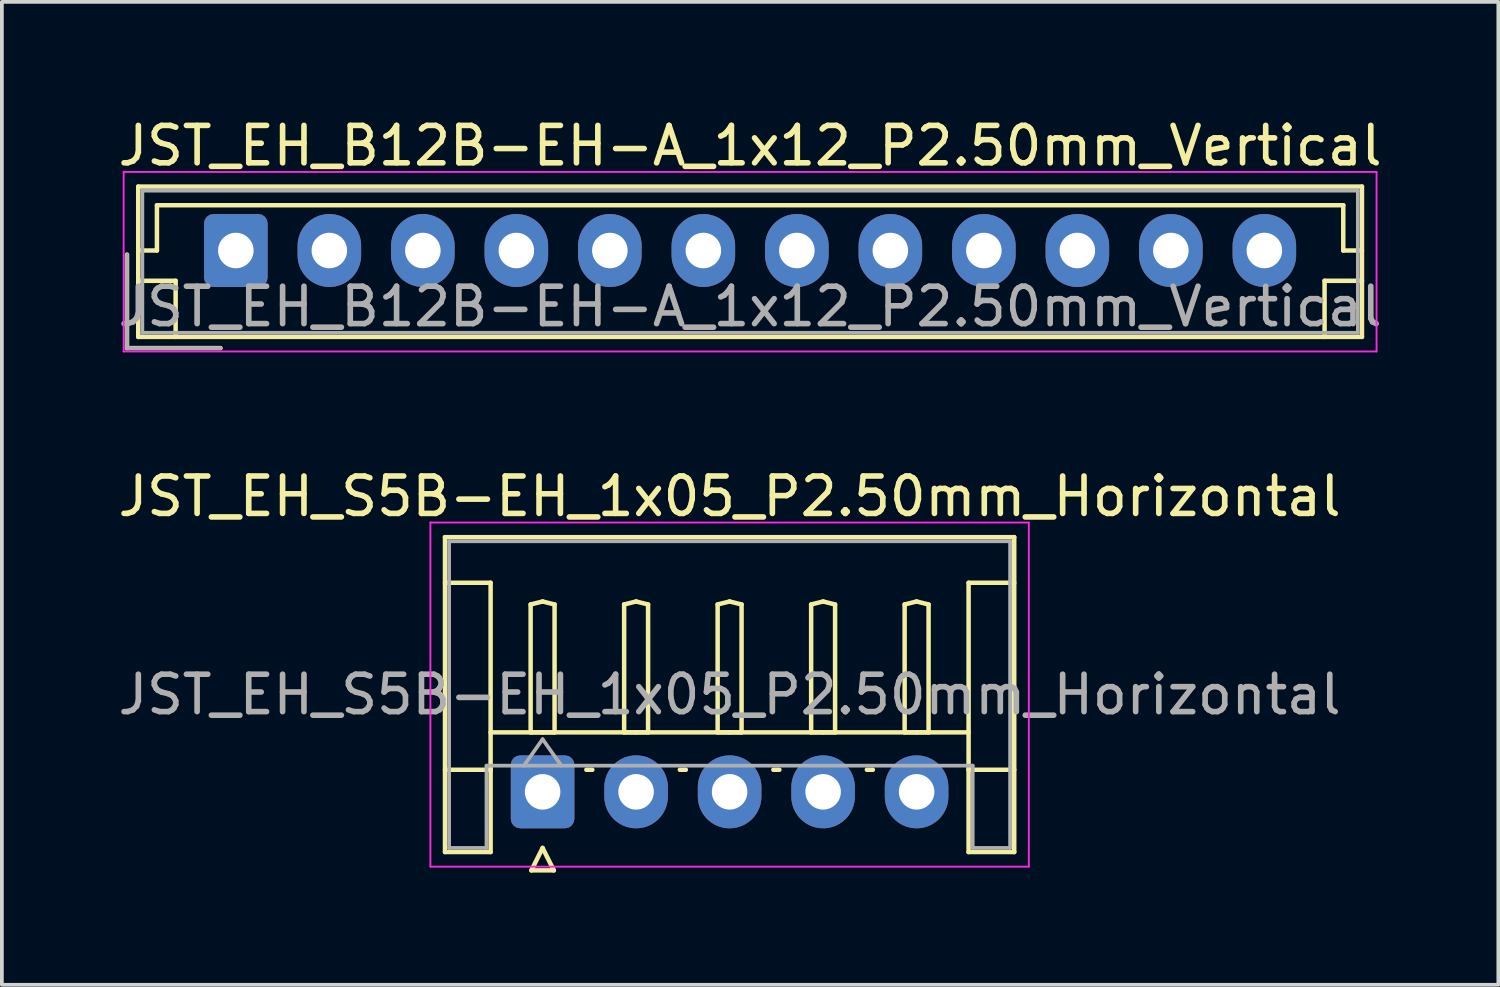
<source format=kicad_pcb>
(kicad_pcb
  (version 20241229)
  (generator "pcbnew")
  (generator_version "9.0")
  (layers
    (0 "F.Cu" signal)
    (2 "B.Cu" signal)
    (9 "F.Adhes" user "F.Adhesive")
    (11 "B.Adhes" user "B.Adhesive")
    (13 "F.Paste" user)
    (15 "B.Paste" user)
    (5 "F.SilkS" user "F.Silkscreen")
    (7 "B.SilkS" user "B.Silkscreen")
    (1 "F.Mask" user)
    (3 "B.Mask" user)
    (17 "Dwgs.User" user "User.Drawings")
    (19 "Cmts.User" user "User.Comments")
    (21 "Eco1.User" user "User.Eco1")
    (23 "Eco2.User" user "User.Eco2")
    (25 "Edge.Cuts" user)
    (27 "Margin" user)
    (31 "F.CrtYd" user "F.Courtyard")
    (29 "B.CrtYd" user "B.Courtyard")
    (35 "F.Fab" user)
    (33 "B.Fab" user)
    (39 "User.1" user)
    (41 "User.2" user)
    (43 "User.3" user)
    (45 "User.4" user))
  (footprint "JST_EH_B12B-EH-A_1x12_P2.50mm_Vertical"
    (layer "F.Cu")
    (at 3.256 3.648)
    (property "Reference" "JST_EH_B12B-EH-A_1x12_P2.50mm_Vertical" (at 13.75 -2.8 0) (layer "F.SilkS") (effects (font (size 1 1) (thickness 0.15))))
    (attr through_hole)
    (fp_line (start -2.91 0.11) (end -2.91 2.61) (stroke (width 0.12) (type solid)) (layer "F.SilkS"))
    (fp_line (start -2.91 2.61) (end -0.41 2.61) (stroke (width 0.12) (type solid)) (layer "F.SilkS"))
    (fp_line (start -2.61 -1.71) (end -2.61 2.31) (stroke (width 0.12) (type solid)) (layer "F.SilkS"))
    (fp_line (start -2.61 0) (end -2.11 0) (stroke (width 0.12) (type solid)) (layer "F.SilkS"))
    (fp_line (start -2.61 0.81) (end -1.61 0.81) (stroke (width 0.12) (type solid)) (layer "F.SilkS"))
    (fp_line (start -2.61 2.31) (end 30.11 2.31) (stroke (width 0.12) (type solid)) (layer "F.SilkS"))
    (fp_line (start -2.11 -1.21) (end 29.61 -1.21) (stroke (width 0.12) (type solid)) (layer "F.SilkS"))
    (fp_line (start -2.11 0) (end -2.11 -1.21) (stroke (width 0.12) (type solid)) (layer "F.SilkS"))
    (fp_line (start -1.61 0.81) (end -1.61 2.31) (stroke (width 0.12) (type solid)) (layer "F.SilkS"))
    (fp_line (start 29.11 0.81) (end 29.11 2.31) (stroke (width 0.12) (type solid)) (layer "F.SilkS"))
    (fp_line (start 29.61 -1.21) (end 29.61 0) (stroke (width 0.12) (type solid)) (layer "F.SilkS"))
    (fp_line (start 29.61 0) (end 30.11 0) (stroke (width 0.12) (type solid)) (layer "F.SilkS"))
    (fp_line (start 30.11 -1.71) (end -2.61 -1.71) (stroke (width 0.12) (type solid)) (layer "F.SilkS"))
    (fp_line (start 30.11 0.81) (end 29.11 0.81) (stroke (width 0.12) (type solid)) (layer "F.SilkS"))
    (fp_line (start 30.11 2.31) (end 30.11 -1.71) (stroke (width 0.12) (type solid)) (layer "F.SilkS"))
    (fp_line (start -3 -2.1) (end -3 2.7) (stroke (width 0.05) (type solid)) (layer "F.CrtYd"))
    (fp_line (start -3 2.7) (end 30.5 2.7) (stroke (width 0.05) (type solid)) (layer "F.CrtYd"))
    (fp_line (start 30.5 -2.1) (end -3 -2.1) (stroke (width 0.05) (type solid)) (layer "F.CrtYd"))
    (fp_line (start 30.5 2.7) (end 30.5 -2.1) (stroke (width 0.05) (type solid)) (layer "F.CrtYd"))
    (fp_line (start -2.91 0.11) (end -2.91 2.61) (stroke (width 0.1) (type solid)) (layer "F.Fab"))
    (fp_line (start -2.91 2.61) (end -0.41 2.61) (stroke (width 0.1) (type solid)) (layer "F.Fab"))
    (fp_line (start -2.5 -1.6) (end -2.5 2.2) (stroke (width 0.1) (type solid)) (layer "F.Fab"))
    (fp_line (start -2.5 2.2) (end 30 2.2) (stroke (width 0.1) (type solid)) (layer "F.Fab"))
    (fp_line (start 30 -1.6) (end -2.5 -1.6) (stroke (width 0.1) (type solid)) (layer "F.Fab"))
    (fp_line (start 30 2.2) (end 30 -1.6) (stroke (width 0.1) (type solid)) (layer "F.Fab"))
    (fp_text user "${REFERENCE}" (at 13.75 1.5 0) (layer "F.Fab") (effects (font (size 1 1) (thickness 0.15))))
    (pad "1" thru_hole roundrect (at 0 0) (size 1.7 1.95) (drill 0.95) (layers "*.Cu" "*.Mask") (roundrect_rratio 0.147))
    (pad "2" thru_hole oval (at 2.5 0) (size 1.7 1.95) (drill 0.95) (layers "*.Cu" "*.Mask"))
    (pad "3" thru_hole oval (at 5 0) (size 1.7 1.95) (drill 0.95) (layers "*.Cu" "*.Mask"))
    (pad "4" thru_hole oval (at 7.5 0) (size 1.7 1.95) (drill 0.95) (layers "*.Cu" "*.Mask"))
    (pad "5" thru_hole oval (at 10 0) (size 1.7 1.95) (drill 0.95) (layers "*.Cu" "*.Mask"))
    (pad "6" thru_hole oval (at 12.5 0) (size 1.7 1.95) (drill 0.95) (layers "*.Cu" "*.Mask"))
    (pad "7" thru_hole oval (at 15 0) (size 1.7 1.95) (drill 0.95) (layers "*.Cu" "*.Mask"))
    (pad "8" thru_hole oval (at 17.5 0) (size 1.7 1.95) (drill 0.95) (layers "*.Cu" "*.Mask"))
    (pad "9" thru_hole oval (at 20 0) (size 1.7 1.95) (drill 0.95) (layers "*.Cu" "*.Mask"))
    (pad "10" thru_hole oval (at 22.5 0) (size 1.7 1.95) (drill 0.95) (layers "*.Cu" "*.Mask"))
    (pad "11" thru_hole oval (at 25 0) (size 1.7 1.95) (drill 0.95) (layers "*.Cu" "*.Mask"))
    (pad "12" thru_hole oval (at 27.5 0) (size 1.7 1.95) (drill 0.95) (layers "*.Cu" "*.Mask")))
  (footprint "JST_EH_S5B-EH_1x05_P2.50mm_Horizontal"
    (layer "F.Cu")
    (at 11.458 18.122)
    (property "Reference" "JST_EH_S5B-EH_1x05_P2.50mm_Horizontal" (at 5 -7.9 0) (layer "F.SilkS") (effects (font (size 1 1) (thickness 0.15))))
    (attr through_hole)
    (fp_line (start -2.61 -6.81) (end 12.61 -6.81) (stroke (width 0.12) (type solid)) (layer "F.SilkS"))
    (fp_line (start -2.61 -5.59) (end -1.39 -5.59) (stroke (width 0.12) (type solid)) (layer "F.SilkS"))
    (fp_line (start -2.61 1.61) (end -2.61 -6.81) (stroke (width 0.12) (type solid)) (layer "F.SilkS"))
    (fp_line (start -1.39 -5.59) (end -1.39 -0.59) (stroke (width 0.12) (type solid)) (layer "F.SilkS"))
    (fp_line (start -1.39 -1.59) (end 11.39 -1.59) (stroke (width 0.12) (type solid)) (layer "F.SilkS"))
    (fp_line (start -1.39 -0.59) (end -2.61 -0.59) (stroke (width 0.12) (type solid)) (layer "F.SilkS"))
    (fp_line (start -1.39 -0.59) (end -1.39 1.61) (stroke (width 0.12) (type solid)) (layer "F.SilkS"))
    (fp_line (start -1.39 1.61) (end -2.61 1.61) (stroke (width 0.12) (type solid)) (layer "F.SilkS"))
    (fp_line (start -0.32 -5.01) (end 0 -5.09) (stroke (width 0.12) (type solid)) (layer "F.SilkS"))
    (fp_line (start -0.32 -1.59) (end -0.32 -5.01) (stroke (width 0.12) (type solid)) (layer "F.SilkS"))
    (fp_line (start -0.3 2.1) (end 0.3 2.1) (stroke (width 0.12) (type solid)) (layer "F.SilkS"))
    (fp_line (start 0 -5.09) (end 0.32 -5.01) (stroke (width 0.12) (type solid)) (layer "F.SilkS"))
    (fp_line (start 0 -1.59) (end -0.32 -1.59) (stroke (width 0.12) (type solid)) (layer "F.SilkS"))
    (fp_line (start 0 1.5) (end -0.3 2.1) (stroke (width 0.12) (type solid)) (layer "F.SilkS"))
    (fp_line (start 0.3 2.1) (end 0 1.5) (stroke (width 0.12) (type solid)) (layer "F.SilkS"))
    (fp_line (start 0.32 -5.01) (end 0.32 -1.59) (stroke (width 0.12) (type solid)) (layer "F.SilkS"))
    (fp_line (start 0.32 -1.59) (end 0 -1.59) (stroke (width 0.12) (type solid)) (layer "F.SilkS"))
    (fp_line (start 1.17 -0.59) (end 1.33 -0.59) (stroke (width 0.12) (type solid)) (layer "F.SilkS"))
    (fp_line (start 2.18 -5.01) (end 2.5 -5.09) (stroke (width 0.12) (type solid)) (layer "F.SilkS"))
    (fp_line (start 2.18 -1.59) (end 2.18 -5.01) (stroke (width 0.12) (type solid)) (layer "F.SilkS"))
    (fp_line (start 2.5 -5.09) (end 2.82 -5.01) (stroke (width 0.12) (type solid)) (layer "F.SilkS"))
    (fp_line (start 2.5 -1.59) (end 2.18 -1.59) (stroke (width 0.12) (type solid)) (layer "F.SilkS"))
    (fp_line (start 2.82 -5.01) (end 2.82 -1.59) (stroke (width 0.12) (type solid)) (layer "F.SilkS"))
    (fp_line (start 2.82 -1.59) (end 2.5 -1.59) (stroke (width 0.12) (type solid)) (layer "F.SilkS"))
    (fp_line (start 3.67 -0.59) (end 3.83 -0.59) (stroke (width 0.12) (type solid)) (layer "F.SilkS"))
    (fp_line (start 4.68 -5.01) (end 5 -5.09) (stroke (width 0.12) (type solid)) (layer "F.SilkS"))
    (fp_line (start 4.68 -1.59) (end 4.68 -5.01) (stroke (width 0.12) (type solid)) (layer "F.SilkS"))
    (fp_line (start 5 -5.09) (end 5.32 -5.01) (stroke (width 0.12) (type solid)) (layer "F.SilkS"))
    (fp_line (start 5 -1.59) (end 4.68 -1.59) (stroke (width 0.12) (type solid)) (layer "F.SilkS"))
    (fp_line (start 5.32 -5.01) (end 5.32 -1.59) (stroke (width 0.12) (type solid)) (layer "F.SilkS"))
    (fp_line (start 5.32 -1.59) (end 5 -1.59) (stroke (width 0.12) (type solid)) (layer "F.SilkS"))
    (fp_line (start 6.17 -0.59) (end 6.33 -0.59) (stroke (width 0.12) (type solid)) (layer "F.SilkS"))
    (fp_line (start 7.18 -5.01) (end 7.5 -5.09) (stroke (width 0.12) (type solid)) (layer "F.SilkS"))
    (fp_line (start 7.18 -1.59) (end 7.18 -5.01) (stroke (width 0.12) (type solid)) (layer "F.SilkS"))
    (fp_line (start 7.5 -5.09) (end 7.82 -5.01) (stroke (width 0.12) (type solid)) (layer "F.SilkS"))
    (fp_line (start 7.5 -1.59) (end 7.18 -1.59) (stroke (width 0.12) (type solid)) (layer "F.SilkS"))
    (fp_line (start 7.82 -5.01) (end 7.82 -1.59) (stroke (width 0.12) (type solid)) (layer "F.SilkS"))
    (fp_line (start 7.82 -1.59) (end 7.5 -1.59) (stroke (width 0.12) (type solid)) (layer "F.SilkS"))
    (fp_line (start 8.67 -0.59) (end 8.83 -0.59) (stroke (width 0.12) (type solid)) (layer "F.SilkS"))
    (fp_line (start 9.68 -5.01) (end 10 -5.09) (stroke (width 0.12) (type solid)) (layer "F.SilkS"))
    (fp_line (start 9.68 -1.59) (end 9.68 -5.01) (stroke (width 0.12) (type solid)) (layer "F.SilkS"))
    (fp_line (start 10 -5.09) (end 10.32 -5.01) (stroke (width 0.12) (type solid)) (layer "F.SilkS"))
    (fp_line (start 10 -1.59) (end 9.68 -1.59) (stroke (width 0.12) (type solid)) (layer "F.SilkS"))
    (fp_line (start 10.32 -5.01) (end 10.32 -1.59) (stroke (width 0.12) (type solid)) (layer "F.SilkS"))
    (fp_line (start 10.32 -1.59) (end 10 -1.59) (stroke (width 0.12) (type solid)) (layer "F.SilkS"))
    (fp_line (start 11.39 -5.59) (end 11.39 -0.59) (stroke (width 0.12) (type solid)) (layer "F.SilkS"))
    (fp_line (start 11.39 -0.59) (end 12.61 -0.59) (stroke (width 0.12) (type solid)) (layer "F.SilkS"))
    (fp_line (start 11.39 1.61) (end 11.39 -0.59) (stroke (width 0.12) (type solid)) (layer "F.SilkS"))
    (fp_line (start 12.61 -6.81) (end 12.61 1.61) (stroke (width 0.12) (type solid)) (layer "F.SilkS"))
    (fp_line (start 12.61 -5.59) (end 11.39 -5.59) (stroke (width 0.12) (type solid)) (layer "F.SilkS"))
    (fp_line (start 12.61 1.61) (end 11.39 1.61) (stroke (width 0.12) (type solid)) (layer "F.SilkS"))
    (fp_line (start -3 -7.2) (end -3 2) (stroke (width 0.05) (type solid)) (layer "F.CrtYd"))
    (fp_line (start -3 2) (end 13 2) (stroke (width 0.05) (type solid)) (layer "F.CrtYd"))
    (fp_line (start 13 -7.2) (end -3 -7.2) (stroke (width 0.05) (type solid)) (layer "F.CrtYd"))
    (fp_line (start 13 2) (end 13 -7.2) (stroke (width 0.05) (type solid)) (layer "F.CrtYd"))
    (fp_line (start -2.5 -6.7) (end 12.5 -6.7) (stroke (width 0.1) (type solid)) (layer "F.Fab"))
    (fp_line (start -2.5 1.5) (end -2.5 -6.7) (stroke (width 0.1) (type solid)) (layer "F.Fab"))
    (fp_line (start -1.5 -0.7) (end -1.5 1.5) (stroke (width 0.1) (type solid)) (layer "F.Fab"))
    (fp_line (start -1.5 1.5) (end -2.5 1.5) (stroke (width 0.1) (type solid)) (layer "F.Fab"))
    (fp_line (start -0.5 -0.7) (end 0 -1.407) (stroke (width 0.1) (type solid)) (layer "F.Fab"))
    (fp_line (start 0 -1.407) (end 0.5 -0.7) (stroke (width 0.1) (type solid)) (layer "F.Fab"))
    (fp_line (start 11.5 -0.7) (end -1.5 -0.7) (stroke (width 0.1) (type solid)) (layer "F.Fab"))
    (fp_line (start 11.5 1.5) (end 11.5 -0.7) (stroke (width 0.1) (type solid)) (layer "F.Fab"))
    (fp_line (start 12.5 -6.7) (end 12.5 1.5) (stroke (width 0.1) (type solid)) (layer "F.Fab"))
    (fp_line (start 12.5 1.5) (end 11.5 1.5) (stroke (width 0.1) (type solid)) (layer "F.Fab"))
    (fp_text user "${REFERENCE}" (at 5 -2.6 0) (layer "F.Fab") (effects (font (size 1 1) (thickness 0.15))))
    (pad "1" thru_hole roundrect (at 0 0) (size 1.7 1.95) (drill 0.95) (layers "*.Cu" "*.Mask") (roundrect_rratio 0.147))
    (pad "2" thru_hole oval (at 2.5 0) (size 1.7 1.95) (drill 0.95) (layers "*.Cu" "*.Mask"))
    (pad "3" thru_hole oval (at 5 0) (size 1.7 1.95) (drill 0.95) (layers "*.Cu" "*.Mask"))
    (pad "4" thru_hole oval (at 7.5 0) (size 1.7 1.95) (drill 0.95) (layers "*.Cu" "*.Mask"))
    (pad "5" thru_hole oval (at 10 0) (size 1.7 1.95) (drill 0.95) (layers "*.Cu" "*.Mask")))
  (gr_rect
    (start -3 -3)
    (end 37.012 23.282)
    (stroke (width 0.1) (type default))
    (fill no)
    (layer "Edge.Cuts")))
</source>
